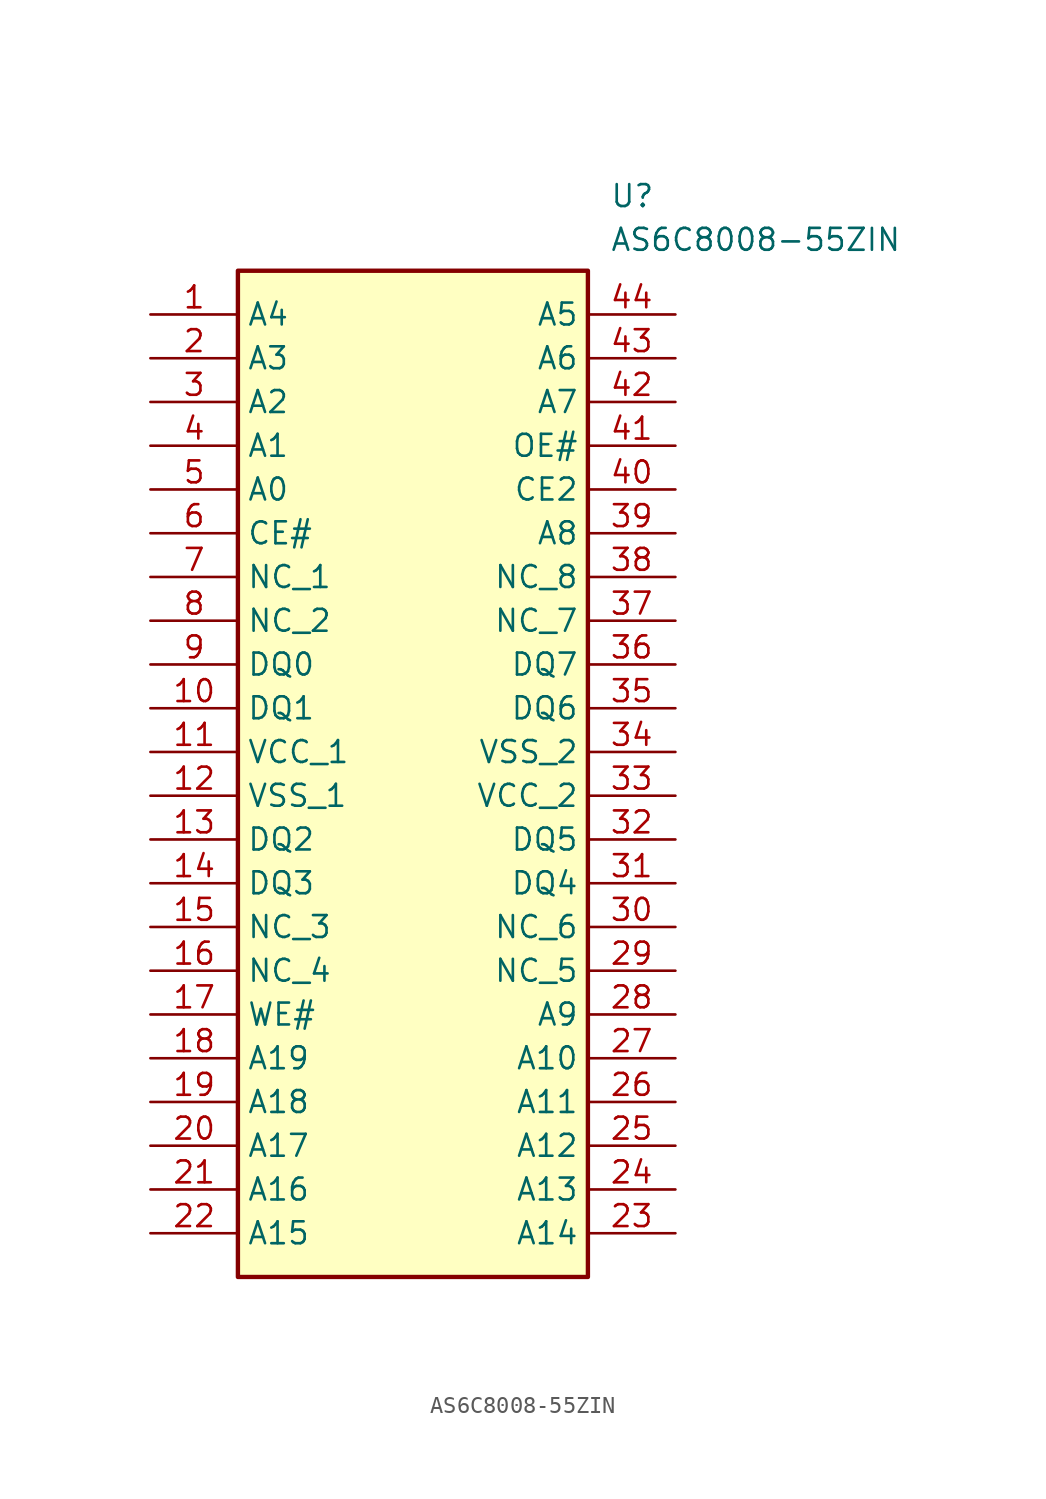
<source format=kicad_sym>
(kicad_symbol_lib
  (version 20231120)
  (generator "kicad_symbol_editor")
  (generator_version "8.0")
  (symbol "AS6C8008-55ZIN"
    (property "Reference" "U"
      (at 26.67 7.62 0)
      (effects (font (size 1.27 1.27)) (justify left top)))
    (property "Value" "AS6C8008-55ZIN"
      (at 26.67 5.08 0)
      (effects (font (size 1.27 1.27)) (justify left top)))
    (symbol "AS6C8008-55ZIN_1_1"
      (rectangle (start 5.08 2.54) (end 25.4 -55.88) (stroke (width 0.254) (type default)) (fill (type background)))
      (pin passive line (at 0 0 0) (length 5.08) (name "A4" (effects (font (size 1.27 1.27)))) (number "1" (effects (font (size 1.27 1.27)))))
      (pin passive line (at 0 -22.86 0) (length 5.08) (name "DQ1" (effects (font (size 1.27 1.27)))) (number "10" (effects (font (size 1.27 1.27)))))
      (pin passive line (at 0 -25.4 0) (length 5.08) (name "VCC_1" (effects (font (size 1.27 1.27)))) (number "11" (effects (font (size 1.27 1.27)))))
      (pin passive line (at 0 -27.94 0) (length 5.08) (name "VSS_1" (effects (font (size 1.27 1.27)))) (number "12" (effects (font (size 1.27 1.27)))))
      (pin passive line (at 0 -30.48 0) (length 5.08) (name "DQ2" (effects (font (size 1.27 1.27)))) (number "13" (effects (font (size 1.27 1.27)))))
      (pin passive line (at 0 -33.02 0) (length 5.08) (name "DQ3" (effects (font (size 1.27 1.27)))) (number "14" (effects (font (size 1.27 1.27)))))
      (pin passive line (at 0 -35.56 0) (length 5.08) (name "NC_3" (effects (font (size 1.27 1.27)))) (number "15" (effects (font (size 1.27 1.27)))))
      (pin passive line (at 0 -38.1 0) (length 5.08) (name "NC_4" (effects (font (size 1.27 1.27)))) (number "16" (effects (font (size 1.27 1.27)))))
      (pin passive line (at 0 -40.64 0) (length 5.08) (name "WE#" (effects (font (size 1.27 1.27)))) (number "17" (effects (font (size 1.27 1.27)))))
      (pin passive line (at 0 -43.18 0) (length 5.08) (name "A19" (effects (font (size 1.27 1.27)))) (number "18" (effects (font (size 1.27 1.27)))))
      (pin passive line (at 0 -45.72 0) (length 5.08) (name "A18" (effects (font (size 1.27 1.27)))) (number "19" (effects (font (size 1.27 1.27)))))
      (pin passive line (at 0 -2.54 0) (length 5.08) (name "A3" (effects (font (size 1.27 1.27)))) (number "2" (effects (font (size 1.27 1.27)))))
      (pin passive line (at 0 -48.26 0) (length 5.08) (name "A17" (effects (font (size 1.27 1.27)))) (number "20" (effects (font (size 1.27 1.27)))))
      (pin passive line (at 0 -50.8 0) (length 5.08) (name "A16" (effects (font (size 1.27 1.27)))) (number "21" (effects (font (size 1.27 1.27)))))
      (pin passive line (at 0 -53.34 0) (length 5.08) (name "A15" (effects (font (size 1.27 1.27)))) (number "22" (effects (font (size 1.27 1.27)))))
      (pin passive line (at 30.48 -53.34 180) (length 5.08) (name "A14" (effects (font (size 1.27 1.27)))) (number "23" (effects (font (size 1.27 1.27)))))
      (pin passive line (at 30.48 -50.8 180) (length 5.08) (name "A13" (effects (font (size 1.27 1.27)))) (number "24" (effects (font (size 1.27 1.27)))))
      (pin passive line (at 30.48 -48.26 180) (length 5.08) (name "A12" (effects (font (size 1.27 1.27)))) (number "25" (effects (font (size 1.27 1.27)))))
      (pin passive line (at 30.48 -45.72 180) (length 5.08) (name "A11" (effects (font (size 1.27 1.27)))) (number "26" (effects (font (size 1.27 1.27)))))
      (pin passive line (at 30.48 -43.18 180) (length 5.08) (name "A10" (effects (font (size 1.27 1.27)))) (number "27" (effects (font (size 1.27 1.27)))))
      (pin passive line (at 30.48 -40.64 180) (length 5.08) (name "A9" (effects (font (size 1.27 1.27)))) (number "28" (effects (font (size 1.27 1.27)))))
      (pin passive line (at 30.48 -38.1 180) (length 5.08) (name "NC_5" (effects (font (size 1.27 1.27)))) (number "29" (effects (font (size 1.27 1.27)))))
      (pin passive line (at 0 -5.08 0) (length 5.08) (name "A2" (effects (font (size 1.27 1.27)))) (number "3" (effects (font (size 1.27 1.27)))))
      (pin passive line (at 30.48 -35.56 180) (length 5.08) (name "NC_6" (effects (font (size 1.27 1.27)))) (number "30" (effects (font (size 1.27 1.27)))))
      (pin passive line (at 30.48 -33.02 180) (length 5.08) (name "DQ4" (effects (font (size 1.27 1.27)))) (number "31" (effects (font (size 1.27 1.27)))))
      (pin passive line (at 30.48 -30.48 180) (length 5.08) (name "DQ5" (effects (font (size 1.27 1.27)))) (number "32" (effects (font (size 1.27 1.27)))))
      (pin passive line (at 30.48 -27.94 180) (length 5.08) (name "VCC_2" (effects (font (size 1.27 1.27)))) (number "33" (effects (font (size 1.27 1.27)))))
      (pin passive line (at 30.48 -25.4 180) (length 5.08) (name "VSS_2" (effects (font (size 1.27 1.27)))) (number "34" (effects (font (size 1.27 1.27)))))
      (pin passive line (at 30.48 -22.86 180) (length 5.08) (name "DQ6" (effects (font (size 1.27 1.27)))) (number "35" (effects (font (size 1.27 1.27)))))
      (pin passive line (at 30.48 -20.32 180) (length 5.08) (name "DQ7" (effects (font (size 1.27 1.27)))) (number "36" (effects (font (size 1.27 1.27)))))
      (pin passive line (at 30.48 -17.78 180) (length 5.08) (name "NC_7" (effects (font (size 1.27 1.27)))) (number "37" (effects (font (size 1.27 1.27)))))
      (pin passive line (at 30.48 -15.24 180) (length 5.08) (name "NC_8" (effects (font (size 1.27 1.27)))) (number "38" (effects (font (size 1.27 1.27)))))
      (pin passive line (at 30.48 -12.7 180) (length 5.08) (name "A8" (effects (font (size 1.27 1.27)))) (number "39" (effects (font (size 1.27 1.27)))))
      (pin passive line (at 0 -7.62 0) (length 5.08) (name "A1" (effects (font (size 1.27 1.27)))) (number "4" (effects (font (size 1.27 1.27)))))
      (pin passive line (at 30.48 -10.16 180) (length 5.08) (name "CE2" (effects (font (size 1.27 1.27)))) (number "40" (effects (font (size 1.27 1.27)))))
      (pin passive line (at 30.48 -7.62 180) (length 5.08) (name "OE#" (effects (font (size 1.27 1.27)))) (number "41" (effects (font (size 1.27 1.27)))))
      (pin passive line (at 30.48 -5.08 180) (length 5.08) (name "A7" (effects (font (size 1.27 1.27)))) (number "42" (effects (font (size 1.27 1.27)))))
      (pin passive line (at 30.48 -2.54 180) (length 5.08) (name "A6" (effects (font (size 1.27 1.27)))) (number "43" (effects (font (size 1.27 1.27)))))
      (pin passive line (at 30.48 0 180) (length 5.08) (name "A5" (effects (font (size 1.27 1.27)))) (number "44" (effects (font (size 1.27 1.27)))))
      (pin passive line (at 0 -10.16 0) (length 5.08) (name "A0" (effects (font (size 1.27 1.27)))) (number "5" (effects (font (size 1.27 1.27)))))
      (pin passive line (at 0 -12.7 0) (length 5.08) (name "CE#" (effects (font (size 1.27 1.27)))) (number "6" (effects (font (size 1.27 1.27)))))
      (pin passive line (at 0 -15.24 0) (length 5.08) (name "NC_1" (effects (font (size 1.27 1.27)))) (number "7" (effects (font (size 1.27 1.27)))))
      (pin passive line (at 0 -17.78 0) (length 5.08) (name "NC_2" (effects (font (size 1.27 1.27)))) (number "8" (effects (font (size 1.27 1.27)))))
      (pin passive line (at 0 -20.32 0) (length 5.08) (name "DQ0" (effects (font (size 1.27 1.27)))) (number "9" (effects (font (size 1.27 1.27))))))))
</source>
